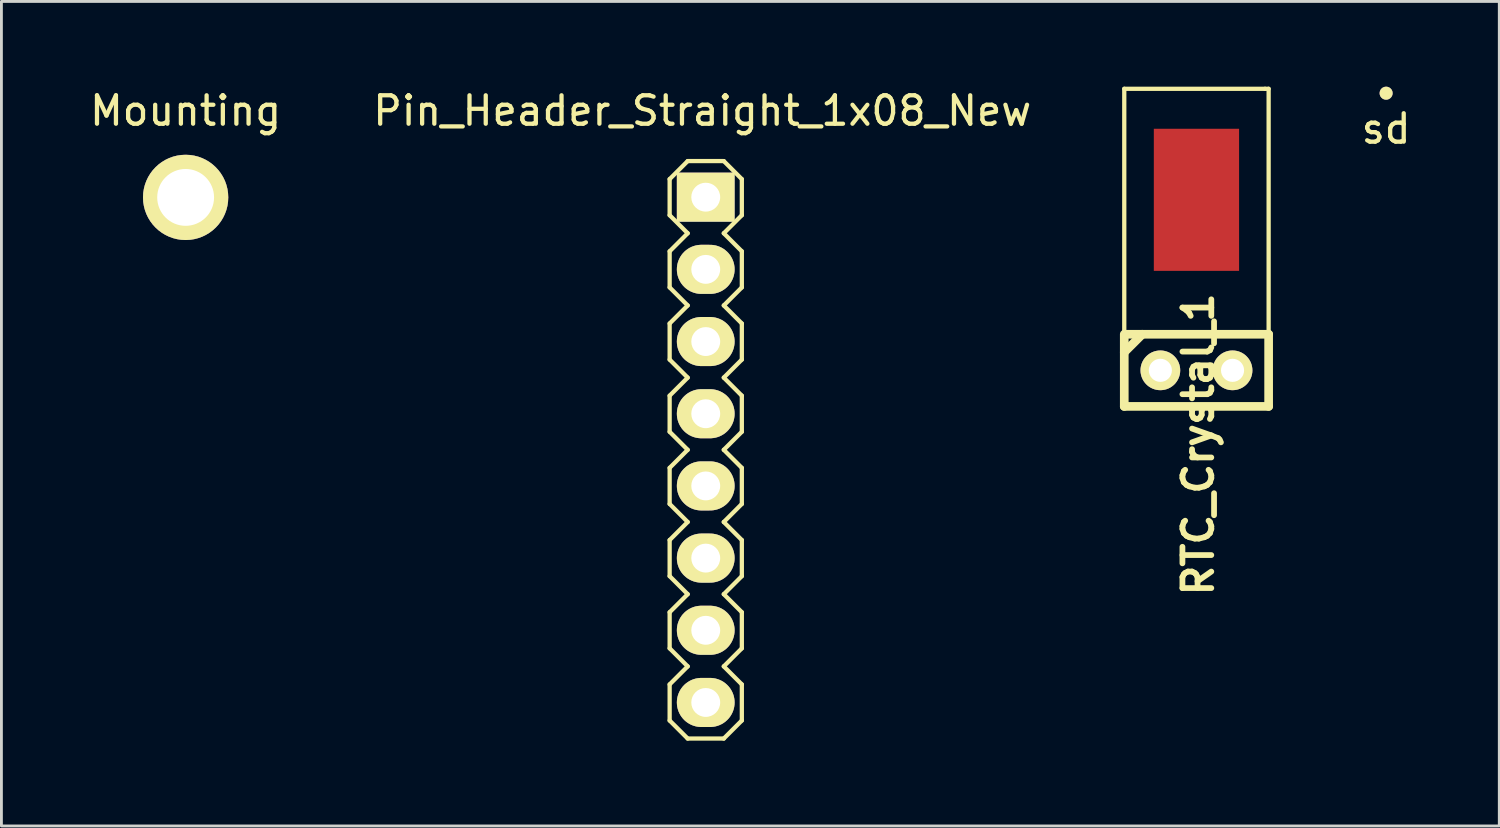
<source format=kicad_pcb>
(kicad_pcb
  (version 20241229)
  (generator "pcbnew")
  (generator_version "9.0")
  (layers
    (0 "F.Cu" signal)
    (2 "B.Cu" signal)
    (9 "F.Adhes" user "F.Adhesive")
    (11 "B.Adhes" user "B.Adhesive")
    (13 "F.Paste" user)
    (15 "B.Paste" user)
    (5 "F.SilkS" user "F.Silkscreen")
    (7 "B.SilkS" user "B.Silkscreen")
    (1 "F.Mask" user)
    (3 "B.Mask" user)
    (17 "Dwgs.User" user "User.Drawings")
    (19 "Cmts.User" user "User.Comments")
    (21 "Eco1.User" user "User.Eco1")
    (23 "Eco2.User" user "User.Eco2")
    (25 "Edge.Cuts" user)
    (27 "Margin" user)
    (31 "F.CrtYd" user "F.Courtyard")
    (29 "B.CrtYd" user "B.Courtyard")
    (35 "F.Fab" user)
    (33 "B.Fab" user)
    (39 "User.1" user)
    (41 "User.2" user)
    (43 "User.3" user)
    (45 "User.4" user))
  (footprint "RTC_Crystal_1"
    (layer "F.Cu")
    (at 39.05 9.981)
    (property "Reference" "RTC_Crystal_1" (at 0.063 2.606 90) (layer "F.SilkS") (effects (font (size 1.016 1.016) (thickness 0.203))))
    (attr through_hole)
    (fp_line (start -2.54 -9.906) (end 2.413 -9.906) (stroke (width 0.15) (type solid)) (layer "F.SilkS"))
    (fp_line (start -2.54 -1.27) (end -2.54 -9.906) (stroke (width 0.15) (type solid)) (layer "F.SilkS"))
    (fp_line (start -2.54 -0.635) (end -1.905 -1.27) (stroke (width 0.305) (type solid)) (layer "F.SilkS"))
    (fp_line (start -2.54 1.27) (end -2.54 -1.27) (stroke (width 0.305) (type solid)) (layer "F.SilkS"))
    (fp_line (start -2.489 -1.27) (end 2.54 -1.27) (stroke (width 0.305) (type solid)) (layer "F.SilkS"))
    (fp_line (start 2.413 -9.906) (end 2.54 -9.906) (stroke (width 0.15) (type solid)) (layer "F.SilkS"))
    (fp_line (start 2.54 -9.906) (end 2.54 -1.27) (stroke (width 0.15) (type solid)) (layer "F.SilkS"))
    (fp_line (start 2.54 -1.27) (end 2.54 1.27) (stroke (width 0.305) (type solid)) (layer "F.SilkS"))
    (fp_line (start 2.54 1.27) (end -2.54 1.27) (stroke (width 0.305) (type solid)) (layer "F.SilkS"))
    (pad "1" thru_hole circle (at -1.27 0) (size 1.397 1.397) (drill 0.813) (layers "*.Cu" "*.Mask" "F.SilkS"))
    (pad "2" thru_hole circle (at 1.27 0) (size 1.397 1.397) (drill 0.813) (layers "*.Cu" "*.Mask" "F.SilkS"))
    (pad "3" smd rect (at 0 -6) (size 3 5) (layers "F.Cu" "F.Mask" "F.Paste")))
  (footprint "Mounting"
    (layer "F.Cu")
    (at 3.482 3.896)
    (property "Reference" "Mounting" (at 0 -3.048 0) (layer "F.SilkS") (effects (font (size 1 1) (thickness 0.15))))
    (attr through_hole)
    (pad "1" thru_hole circle (at 0 0) (size 3 3) (drill 2) (layers "*.Cu" "*.Mask" "F.SilkS")))
  (footprint "sd"
    (layer "F.Cu")
    (at 45.724 1.479)
    (property "Reference" "sd" (at 0 0 0) (layer "F.SilkS") (effects (font (size 1 1) (thickness 0.15))))
    (attr through_hole)
    (pad "1" thru_hole circle (at 0 -1.25) (size 0.457 0.457) (drill 0.000001) (layers "*.Cu" "*.Mask" "F.SilkS")))
  (footprint "Pin_Header_Straight_1x08_New"
    (layer "F.Cu")
    (at 21.783 3.888)
    (property "Reference" "Pin_Header_Straight_1x08_New" (at -0.122 -3.04 0) (layer "F.SilkS") (effects (font (size 1 1) (thickness 0.15))))
    (attr through_hole)
    (fp_line (start -1.27 -0.635) (end -1.27 0.635) (stroke (width 0.15) (type solid)) (layer "F.SilkS"))
    (fp_line (start -1.27 0.635) (end -0.635 1.27) (stroke (width 0.15) (type solid)) (layer "F.SilkS"))
    (fp_line (start -1.27 1.905) (end -1.27 3.175) (stroke (width 0.15) (type solid)) (layer "F.SilkS"))
    (fp_line (start -1.27 3.175) (end -0.635 3.81) (stroke (width 0.15) (type solid)) (layer "F.SilkS"))
    (fp_line (start -1.27 4.445) (end -1.27 5.715) (stroke (width 0.15) (type solid)) (layer "F.SilkS"))
    (fp_line (start -1.27 5.715) (end -0.635 6.35) (stroke (width 0.15) (type solid)) (layer "F.SilkS"))
    (fp_line (start -1.27 6.985) (end -1.27 8.255) (stroke (width 0.15) (type solid)) (layer "F.SilkS"))
    (fp_line (start -1.27 8.255) (end -0.635 8.89) (stroke (width 0.15) (type solid)) (layer "F.SilkS"))
    (fp_line (start -1.27 9.525) (end -1.27 10.795) (stroke (width 0.15) (type solid)) (layer "F.SilkS"))
    (fp_line (start -1.27 10.795) (end -0.635 11.43) (stroke (width 0.15) (type solid)) (layer "F.SilkS"))
    (fp_line (start -1.27 12.065) (end -1.27 13.335) (stroke (width 0.15) (type solid)) (layer "F.SilkS"))
    (fp_line (start -1.27 13.335) (end -0.635 13.97) (stroke (width 0.15) (type solid)) (layer "F.SilkS"))
    (fp_line (start -1.27 14.605) (end -1.27 15.875) (stroke (width 0.15) (type solid)) (layer "F.SilkS"))
    (fp_line (start -1.27 15.875) (end -0.635 16.51) (stroke (width 0.15) (type solid)) (layer "F.SilkS"))
    (fp_line (start -1.27 17.145) (end -1.27 18.415) (stroke (width 0.15) (type solid)) (layer "F.SilkS"))
    (fp_line (start -1.27 18.415) (end -0.635 19.05) (stroke (width 0.15) (type solid)) (layer "F.SilkS"))
    (fp_line (start -0.635 -1.27) (end -1.27 -0.635) (stroke (width 0.15) (type solid)) (layer "F.SilkS"))
    (fp_line (start -0.635 1.27) (end -1.27 1.905) (stroke (width 0.15) (type solid)) (layer "F.SilkS"))
    (fp_line (start -0.635 3.81) (end -1.27 4.445) (stroke (width 0.15) (type solid)) (layer "F.SilkS"))
    (fp_line (start -0.635 6.35) (end -1.27 6.985) (stroke (width 0.15) (type solid)) (layer "F.SilkS"))
    (fp_line (start -0.635 8.89) (end -1.27 9.525) (stroke (width 0.15) (type solid)) (layer "F.SilkS"))
    (fp_line (start -0.635 11.43) (end -1.27 12.065) (stroke (width 0.15) (type solid)) (layer "F.SilkS"))
    (fp_line (start -0.635 13.97) (end -1.27 14.605) (stroke (width 0.15) (type solid)) (layer "F.SilkS"))
    (fp_line (start -0.635 16.51) (end -1.27 17.145) (stroke (width 0.15) (type solid)) (layer "F.SilkS"))
    (fp_line (start -0.635 19.05) (end 0.635 19.05) (stroke (width 0.15) (type solid)) (layer "F.SilkS"))
    (fp_line (start 0.635 -1.27) (end -0.635 -1.27) (stroke (width 0.15) (type solid)) (layer "F.SilkS"))
    (fp_line (start 0.635 1.27) (end 1.27 0.635) (stroke (width 0.15) (type solid)) (layer "F.SilkS"))
    (fp_line (start 0.635 3.81) (end 1.27 3.175) (stroke (width 0.15) (type solid)) (layer "F.SilkS"))
    (fp_line (start 0.635 6.35) (end 1.27 5.715) (stroke (width 0.15) (type solid)) (layer "F.SilkS"))
    (fp_line (start 0.635 8.89) (end 1.27 8.255) (stroke (width 0.15) (type solid)) (layer "F.SilkS"))
    (fp_line (start 0.635 11.43) (end 1.27 10.795) (stroke (width 0.15) (type solid)) (layer "F.SilkS"))
    (fp_line (start 0.635 13.97) (end 1.27 13.335) (stroke (width 0.15) (type solid)) (layer "F.SilkS"))
    (fp_line (start 0.635 16.51) (end 1.27 15.875) (stroke (width 0.15) (type solid)) (layer "F.SilkS"))
    (fp_line (start 0.635 19.05) (end 1.27 18.415) (stroke (width 0.15) (type solid)) (layer "F.SilkS"))
    (fp_line (start 1.27 -0.635) (end 0.635 -1.27) (stroke (width 0.15) (type solid)) (layer "F.SilkS"))
    (fp_line (start 1.27 0.635) (end 1.27 -0.635) (stroke (width 0.15) (type solid)) (layer "F.SilkS"))
    (fp_line (start 1.27 1.905) (end 0.635 1.27) (stroke (width 0.15) (type solid)) (layer "F.SilkS"))
    (fp_line (start 1.27 3.175) (end 1.27 1.905) (stroke (width 0.15) (type solid)) (layer "F.SilkS"))
    (fp_line (start 1.27 4.445) (end 0.635 3.81) (stroke (width 0.15) (type solid)) (layer "F.SilkS"))
    (fp_line (start 1.27 5.715) (end 1.27 4.445) (stroke (width 0.15) (type solid)) (layer "F.SilkS"))
    (fp_line (start 1.27 6.985) (end 0.635 6.35) (stroke (width 0.15) (type solid)) (layer "F.SilkS"))
    (fp_line (start 1.27 8.255) (end 1.27 6.985) (stroke (width 0.15) (type solid)) (layer "F.SilkS"))
    (fp_line (start 1.27 9.525) (end 0.635 8.89) (stroke (width 0.15) (type solid)) (layer "F.SilkS"))
    (fp_line (start 1.27 10.795) (end 1.27 9.525) (stroke (width 0.15) (type solid)) (layer "F.SilkS"))
    (fp_line (start 1.27 12.065) (end 0.635 11.43) (stroke (width 0.15) (type solid)) (layer "F.SilkS"))
    (fp_line (start 1.27 13.335) (end 1.27 12.065) (stroke (width 0.15) (type solid)) (layer "F.SilkS"))
    (fp_line (start 1.27 14.605) (end 0.635 13.97) (stroke (width 0.15) (type solid)) (layer "F.SilkS"))
    (fp_line (start 1.27 15.875) (end 1.27 14.605) (stroke (width 0.15) (type solid)) (layer "F.SilkS"))
    (fp_line (start 1.27 17.145) (end 0.635 16.51) (stroke (width 0.15) (type solid)) (layer "F.SilkS"))
    (fp_line (start 1.27 18.415) (end 1.27 17.145) (stroke (width 0.15) (type solid)) (layer "F.SilkS"))
    (pad "1" thru_hole rect (at 0 0) (size 2.032 1.727) (drill 1.016) (layers "*.Cu" "*.Mask" "F.SilkS"))
    (pad "2" thru_hole oval (at 0 2.54) (size 2.032 1.727) (drill 1.016) (layers "*.Cu" "*.Mask" "F.SilkS"))
    (pad "3" thru_hole oval (at 0 5.08) (size 2.032 1.727) (drill 1.016) (layers "*.Cu" "*.Mask" "F.SilkS"))
    (pad "4" thru_hole oval (at 0 7.62) (size 2.032 1.727) (drill 1.016) (layers "*.Cu" "*.Mask" "F.SilkS"))
    (pad "5" thru_hole oval (at 0 10.16) (size 2.032 1.727) (drill 1.016) (layers "*.Cu" "*.Mask" "F.SilkS"))
    (pad "6" thru_hole oval (at 0 12.7) (size 2.032 1.727) (drill 1.016) (layers "*.Cu" "*.Mask" "F.SilkS"))
    (pad "7" thru_hole oval (at 0 15.24) (size 2.032 1.727) (drill 1.016) (layers "*.Cu" "*.Mask" "F.SilkS"))
    (pad "8" thru_hole oval (at 0 17.78) (size 2.032 1.727) (drill 1.016) (layers "*.Cu" "*.Mask" "F.SilkS")))
  (gr_rect
    (start -3 -3)
    (end 49.706 26.013)
    (stroke (width 0.1) (type default))
    (fill no)
    (layer "Edge.Cuts")))
</source>
